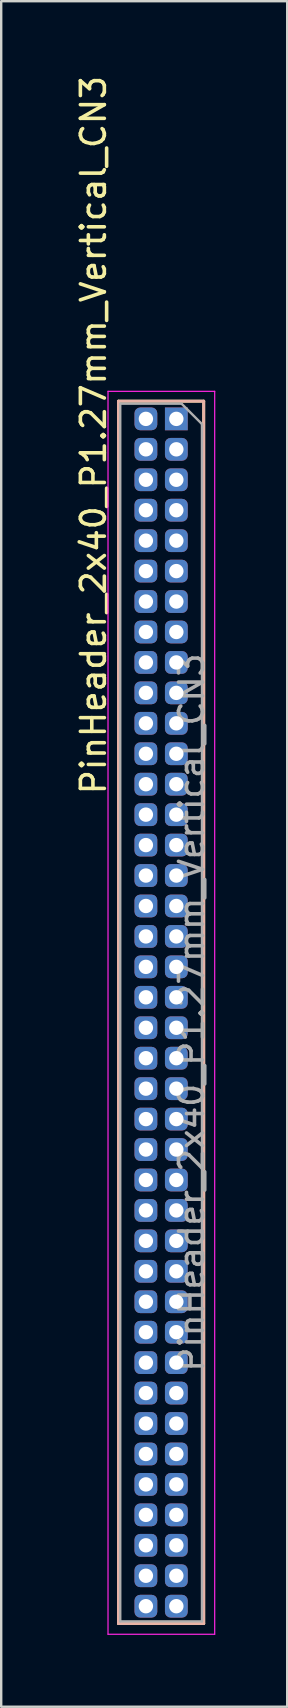
<source format=kicad_pcb>
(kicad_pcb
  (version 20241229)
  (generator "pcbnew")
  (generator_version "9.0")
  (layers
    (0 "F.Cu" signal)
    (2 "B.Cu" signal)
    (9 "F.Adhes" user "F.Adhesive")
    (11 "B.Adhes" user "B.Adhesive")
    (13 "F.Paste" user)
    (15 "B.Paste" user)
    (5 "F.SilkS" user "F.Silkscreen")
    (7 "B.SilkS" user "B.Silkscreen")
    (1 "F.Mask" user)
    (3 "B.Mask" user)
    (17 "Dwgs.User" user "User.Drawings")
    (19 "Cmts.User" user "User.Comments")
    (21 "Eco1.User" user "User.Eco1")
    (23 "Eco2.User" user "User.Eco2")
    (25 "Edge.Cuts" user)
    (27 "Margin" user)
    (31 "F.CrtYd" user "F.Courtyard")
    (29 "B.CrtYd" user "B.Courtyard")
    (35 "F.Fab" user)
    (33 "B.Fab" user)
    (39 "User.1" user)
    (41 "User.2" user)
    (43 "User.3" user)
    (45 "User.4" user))
  (footprint "PinHeader_2x40_P1.27mm_Vertical_CN3"
    (layer "F.Cu")
    (at 1.766 14.424)
    (property "Reference" "PinHeader_2x40_P1.27mm_Vertical_CN3" (at -0.918 0.677 270) (layer "F.SilkS") (effects (font (size 1 1) (thickness 0.15))))
    (attr through_hole exclude_from_pos_files allow_soldermask_bridges)
    (fp_line (start 0.126 -0.738) (end 0.126 50.252) (stroke (width 0.12) (type solid)) (layer "F.SilkS"))
    (fp_line (start 0.126 50.252) (end 3.682 50.252) (stroke (width 0.12) (type solid)) (layer "F.SilkS"))
    (fp_line (start 3.682 -0.738) (end 0.126 -0.738) (stroke (width 0.12) (type solid)) (layer "F.SilkS"))
    (fp_line (start 3.682 50.252) (end 3.682 -0.738) (stroke (width 0.12) (type solid)) (layer "F.SilkS"))
    (fp_line (start 0.126 -0.738) (end 0.126 50.252) (stroke (width 0.12) (type solid)) (layer "B.SilkS"))
    (fp_line (start 0.126 50.252) (end 3.682 50.252) (stroke (width 0.12) (type solid)) (layer "B.SilkS"))
    (fp_line (start 3.682 -0.738) (end 0.126 -0.738) (stroke (width 0.12) (type solid)) (layer "B.SilkS"))
    (fp_line (start 3.682 50.252) (end 3.682 -0.738) (stroke (width 0.12) (type solid)) (layer "B.SilkS"))
    (fp_line (start -0.31 -1.15) (end 4.14 -1.15) (stroke (width 0.05) (type solid)) (layer "F.CrtYd"))
    (fp_line (start -0.31 50.7) (end -0.31 -1.15) (stroke (width 0.05) (type solid)) (layer "F.CrtYd"))
    (fp_line (start 4.14 -1.15) (end 4.14 50.7) (stroke (width 0.05) (type solid)) (layer "F.CrtYd"))
    (fp_line (start 4.14 50.7) (end -0.31 50.7) (stroke (width 0.05) (type solid)) (layer "F.CrtYd"))
    (fp_line (start 0.2 -0.635) (end 0.2 50.165) (stroke (width 0.1) (type solid)) (layer "F.Fab"))
    (fp_line (start 0.2 50.165) (end 3.61 50.165) (stroke (width 0.1) (type solid)) (layer "F.Fab"))
    (fp_line (start 2.757 -0.635) (end 0.2 -0.635) (stroke (width 0.1) (type solid)) (layer "F.Fab"))
    (fp_line (start 3.61 0.217) (end 2.757 -0.635) (stroke (width 0.1) (type solid)) (layer "F.Fab"))
    (fp_line (start 3.61 50.165) (end 3.61 0.217) (stroke (width 0.1) (type solid)) (layer "F.Fab"))
    (fp_text user "${REFERENCE}" (at 3.175 24.765 270) (layer "F.Fab") (effects (font (size 1 1) (thickness 0.15))))
    (pad "1" thru_hole rect (at 2.54 0) (size 0.95 0.95) (drill 0.6) (layers "*.Cu" "*.Mask"))
    (pad "2" thru_hole roundrect (at 1.27 0) (size 0.95 0.95) (drill 0.6) (layers "*.Cu" "*.Mask") (roundrect_rratio 0.25))
    (pad "3" thru_hole roundrect (at 2.54 1.27) (size 0.95 0.95) (drill 0.6) (layers "*.Cu" "*.Mask") (roundrect_rratio 0.25))
    (pad "4" thru_hole roundrect (at 1.27 1.27) (size 0.95 0.95) (drill 0.6) (layers "*.Cu" "*.Mask") (roundrect_rratio 0.25))
    (pad "5" thru_hole roundrect (at 2.54 2.54) (size 0.95 0.95) (drill 0.6) (layers "*.Cu" "*.Mask") (roundrect_rratio 0.25))
    (pad "6" thru_hole roundrect (at 1.27 2.54) (size 0.95 0.95) (drill 0.6) (layers "*.Cu" "*.Mask") (roundrect_rratio 0.25))
    (pad "7" thru_hole roundrect (at 2.54 3.81) (size 0.95 0.95) (drill 0.6) (layers "*.Cu" "*.Mask") (roundrect_rratio 0.25))
    (pad "8" thru_hole roundrect (at 1.27 3.81) (size 0.95 0.95) (drill 0.6) (layers "*.Cu" "*.Mask") (roundrect_rratio 0.25))
    (pad "9" thru_hole roundrect (at 2.54 5.08) (size 0.95 0.95) (drill 0.6) (layers "*.Cu" "*.Mask") (roundrect_rratio 0.25))
    (pad "10" thru_hole roundrect (at 1.27 5.08) (size 0.95 0.95) (drill 0.6) (layers "*.Cu" "*.Mask") (roundrect_rratio 0.25))
    (pad "11" thru_hole roundrect (at 2.54 6.35) (size 0.95 0.95) (drill 0.6) (layers "*.Cu" "*.Mask") (roundrect_rratio 0.25))
    (pad "12" thru_hole roundrect (at 1.27 6.35) (size 0.95 0.95) (drill 0.6) (layers "*.Cu" "*.Mask") (roundrect_rratio 0.25))
    (pad "13" thru_hole roundrect (at 2.54 7.62) (size 0.95 0.95) (drill 0.6) (layers "*.Cu" "*.Mask") (roundrect_rratio 0.25))
    (pad "14" thru_hole roundrect (at 1.27 7.62) (size 0.95 0.95) (drill 0.6) (layers "*.Cu" "*.Mask") (roundrect_rratio 0.25))
    (pad "15" thru_hole roundrect (at 2.54 8.89) (size 0.95 0.95) (drill 0.6) (layers "*.Cu" "*.Mask") (roundrect_rratio 0.25))
    (pad "16" thru_hole roundrect (at 1.27 8.89) (size 0.95 0.95) (drill 0.6) (layers "*.Cu" "*.Mask") (roundrect_rratio 0.25))
    (pad "17" thru_hole roundrect (at 2.54 10.16) (size 0.95 0.95) (drill 0.6) (layers "*.Cu" "*.Mask") (roundrect_rratio 0.25))
    (pad "18" thru_hole roundrect (at 1.27 10.16) (size 0.95 0.95) (drill 0.6) (layers "*.Cu" "*.Mask") (roundrect_rratio 0.25))
    (pad "19" thru_hole roundrect (at 2.54 11.43) (size 0.95 0.95) (drill 0.6) (layers "*.Cu" "*.Mask") (roundrect_rratio 0.25))
    (pad "20" thru_hole roundrect (at 1.27 11.43) (size 0.95 0.95) (drill 0.6) (layers "*.Cu" "*.Mask") (roundrect_rratio 0.25))
    (pad "21" thru_hole roundrect (at 2.54 12.7) (size 0.95 0.95) (drill 0.6) (layers "*.Cu" "*.Mask") (roundrect_rratio 0.25))
    (pad "22" thru_hole roundrect (at 1.27 12.7) (size 0.95 0.95) (drill 0.6) (layers "*.Cu" "*.Mask") (roundrect_rratio 0.25))
    (pad "23" thru_hole roundrect (at 2.54 13.97) (size 0.95 0.95) (drill 0.6) (layers "*.Cu" "*.Mask") (roundrect_rratio 0.25))
    (pad "24" thru_hole roundrect (at 1.27 13.97) (size 0.95 0.95) (drill 0.6) (layers "*.Cu" "*.Mask") (roundrect_rratio 0.25))
    (pad "25" thru_hole roundrect (at 2.54 15.24) (size 0.95 0.95) (drill 0.6) (layers "*.Cu" "*.Mask") (roundrect_rratio 0.25))
    (pad "26" thru_hole roundrect (at 1.27 15.24) (size 0.95 0.95) (drill 0.6) (layers "*.Cu" "*.Mask") (roundrect_rratio 0.25))
    (pad "27" thru_hole roundrect (at 2.54 16.51) (size 0.95 0.95) (drill 0.6) (layers "*.Cu" "*.Mask") (roundrect_rratio 0.25))
    (pad "28" thru_hole roundrect (at 1.27 16.51) (size 0.95 0.95) (drill 0.6) (layers "*.Cu" "*.Mask") (roundrect_rratio 0.25))
    (pad "29" thru_hole roundrect (at 2.54 17.78) (size 0.95 0.95) (drill 0.6) (layers "*.Cu" "*.Mask") (roundrect_rratio 0.25))
    (pad "30" thru_hole roundrect (at 1.27 17.78) (size 0.95 0.95) (drill 0.6) (layers "*.Cu" "*.Mask") (roundrect_rratio 0.25))
    (pad "31" thru_hole roundrect (at 2.54 19.05) (size 0.95 0.95) (drill 0.6) (layers "*.Cu" "*.Mask") (roundrect_rratio 0.25))
    (pad "32" thru_hole roundrect (at 1.27 19.05) (size 0.95 0.95) (drill 0.6) (layers "*.Cu" "*.Mask") (roundrect_rratio 0.25))
    (pad "33" thru_hole roundrect (at 2.54 20.32) (size 0.95 0.95) (drill 0.6) (layers "*.Cu" "*.Mask") (roundrect_rratio 0.25))
    (pad "34" thru_hole roundrect (at 1.27 20.32) (size 0.95 0.95) (drill 0.6) (layers "*.Cu" "*.Mask") (roundrect_rratio 0.25))
    (pad "35" thru_hole roundrect (at 2.54 21.59) (size 0.95 0.95) (drill 0.6) (layers "*.Cu" "*.Mask") (roundrect_rratio 0.25))
    (pad "36" thru_hole roundrect (at 1.27 21.59) (size 0.95 0.95) (drill 0.6) (layers "*.Cu" "*.Mask") (roundrect_rratio 0.25))
    (pad "37" thru_hole roundrect (at 2.54 22.86) (size 0.95 0.95) (drill 0.6) (layers "*.Cu" "*.Mask") (roundrect_rratio 0.25))
    (pad "38" thru_hole roundrect (at 1.27 22.86) (size 0.95 0.95) (drill 0.6) (layers "*.Cu" "*.Mask") (roundrect_rratio 0.25))
    (pad "39" thru_hole roundrect (at 2.54 24.13) (size 0.95 0.95) (drill 0.6) (layers "*.Cu" "*.Mask") (roundrect_rratio 0.25))
    (pad "40" thru_hole roundrect (at 1.27 24.13) (size 0.95 0.95) (drill 0.6) (layers "*.Cu" "*.Mask") (roundrect_rratio 0.25))
    (pad "41" thru_hole roundrect (at 2.54 25.4) (size 0.95 0.95) (drill 0.6) (layers "*.Cu" "*.Mask") (roundrect_rratio 0.25))
    (pad "42" thru_hole roundrect (at 1.27 25.4) (size 0.95 0.95) (drill 0.6) (layers "*.Cu" "*.Mask") (roundrect_rratio 0.25))
    (pad "43" thru_hole roundrect (at 2.54 26.67) (size 0.95 0.95) (drill 0.6) (layers "*.Cu" "*.Mask") (roundrect_rratio 0.25))
    (pad "44" thru_hole roundrect (at 1.27 26.67) (size 0.95 0.95) (drill 0.6) (layers "*.Cu" "*.Mask") (roundrect_rratio 0.25))
    (pad "45" thru_hole roundrect (at 2.54 27.94) (size 0.95 0.95) (drill 0.6) (layers "*.Cu" "*.Mask") (roundrect_rratio 0.25))
    (pad "46" thru_hole roundrect (at 1.27 27.94) (size 0.95 0.95) (drill 0.6) (layers "*.Cu" "*.Mask") (roundrect_rratio 0.25))
    (pad "47" thru_hole roundrect (at 2.54 29.21) (size 0.95 0.95) (drill 0.6) (layers "*.Cu" "*.Mask") (roundrect_rratio 0.25))
    (pad "48" thru_hole roundrect (at 1.27 29.21) (size 0.95 0.95) (drill 0.6) (layers "*.Cu" "*.Mask") (roundrect_rratio 0.25))
    (pad "49" thru_hole roundrect (at 2.54 30.48) (size 0.95 0.95) (drill 0.6) (layers "*.Cu" "*.Mask") (roundrect_rratio 0.25))
    (pad "50" thru_hole roundrect (at 1.27 30.48) (size 0.95 0.95) (drill 0.6) (layers "*.Cu" "*.Mask") (roundrect_rratio 0.25))
    (pad "51" thru_hole roundrect (at 2.54 31.75) (size 0.95 0.95) (drill 0.6) (layers "*.Cu" "*.Mask") (roundrect_rratio 0.25))
    (pad "52" thru_hole roundrect (at 1.27 31.75) (size 0.95 0.95) (drill 0.6) (layers "*.Cu" "*.Mask") (roundrect_rratio 0.25))
    (pad "53" thru_hole roundrect (at 2.54 33.02) (size 0.95 0.95) (drill 0.6) (layers "*.Cu" "*.Mask") (roundrect_rratio 0.25))
    (pad "54" thru_hole roundrect (at 1.27 33.02) (size 0.95 0.95) (drill 0.6) (layers "*.Cu" "*.Mask") (roundrect_rratio 0.25))
    (pad "55" thru_hole roundrect (at 2.54 34.29) (size 0.95 0.95) (drill 0.6) (layers "*.Cu" "*.Mask") (roundrect_rratio 0.25))
    (pad "56" thru_hole roundrect (at 1.27 34.29) (size 0.95 0.95) (drill 0.6) (layers "*.Cu" "*.Mask") (roundrect_rratio 0.25))
    (pad "57" thru_hole roundrect (at 2.54 35.56) (size 0.95 0.95) (drill 0.6) (layers "*.Cu" "*.Mask") (roundrect_rratio 0.25))
    (pad "58" thru_hole roundrect (at 1.27 35.56) (size 0.95 0.95) (drill 0.6) (layers "*.Cu" "*.Mask") (roundrect_rratio 0.25))
    (pad "59" thru_hole roundrect (at 2.54 36.83) (size 0.95 0.95) (drill 0.6) (layers "*.Cu" "*.Mask") (roundrect_rratio 0.25))
    (pad "60" thru_hole roundrect (at 1.27 36.83) (size 0.95 0.95) (drill 0.6) (layers "*.Cu" "*.Mask") (roundrect_rratio 0.25))
    (pad "61" thru_hole roundrect (at 2.54 38.1) (size 0.95 0.95) (drill 0.6) (layers "*.Cu" "*.Mask") (roundrect_rratio 0.25))
    (pad "62" thru_hole roundrect (at 1.27 38.1) (size 0.95 0.95) (drill 0.6) (layers "*.Cu" "*.Mask") (roundrect_rratio 0.25))
    (pad "63" thru_hole roundrect (at 2.54 39.37) (size 0.95 0.95) (drill 0.6) (layers "*.Cu" "*.Mask") (roundrect_rratio 0.25))
    (pad "64" thru_hole roundrect (at 1.27 39.37) (size 0.95 0.95) (drill 0.6) (layers "*.Cu" "*.Mask") (roundrect_rratio 0.25))
    (pad "65" thru_hole roundrect (at 2.54 40.64) (size 0.95 0.95) (drill 0.6) (layers "*.Cu" "*.Mask") (roundrect_rratio 0.25))
    (pad "66" thru_hole roundrect (at 1.27 40.64) (size 0.95 0.95) (drill 0.6) (layers "*.Cu" "*.Mask") (roundrect_rratio 0.25))
    (pad "67" thru_hole roundrect (at 2.54 41.91) (size 0.95 0.95) (drill 0.6) (layers "*.Cu" "*.Mask") (roundrect_rratio 0.25))
    (pad "68" thru_hole roundrect (at 1.27 41.91) (size 0.95 0.95) (drill 0.6) (layers "*.Cu" "*.Mask") (roundrect_rratio 0.25))
    (pad "69" thru_hole roundrect (at 2.54 43.18) (size 0.95 0.95) (drill 0.6) (layers "*.Cu" "*.Mask") (roundrect_rratio 0.25))
    (pad "70" thru_hole roundrect (at 1.27 43.18) (size 0.95 0.95) (drill 0.6) (layers "*.Cu" "*.Mask") (roundrect_rratio 0.25))
    (pad "71" thru_hole roundrect (at 2.54 44.45) (size 0.95 0.95) (drill 0.6) (layers "*.Cu" "*.Mask") (roundrect_rratio 0.25))
    (pad "72" thru_hole roundrect (at 1.27 44.45) (size 0.95 0.95) (drill 0.6) (layers "*.Cu" "*.Mask") (roundrect_rratio 0.25))
    (pad "73" thru_hole roundrect (at 2.54 45.72) (size 0.95 0.95) (drill 0.6) (layers "*.Cu" "*.Mask") (roundrect_rratio 0.25))
    (pad "74" thru_hole roundrect (at 1.27 45.72) (size 0.95 0.95) (drill 0.6) (layers "*.Cu" "*.Mask") (roundrect_rratio 0.25))
    (pad "75" thru_hole roundrect (at 2.54 46.99) (size 0.95 0.95) (drill 0.6) (layers "*.Cu" "*.Mask") (roundrect_rratio 0.25))
    (pad "76" thru_hole roundrect (at 1.27 46.99) (size 0.95 0.95) (drill 0.6) (layers "*.Cu" "*.Mask") (roundrect_rratio 0.25))
    (pad "77" thru_hole roundrect (at 2.54 48.26) (size 0.95 0.95) (drill 0.6) (layers "*.Cu" "*.Mask") (roundrect_rratio 0.25))
    (pad "78" thru_hole roundrect (at 1.27 48.26) (size 0.95 0.95) (drill 0.6) (layers "*.Cu" "*.Mask") (roundrect_rratio 0.25))
    (pad "79" thru_hole roundrect (at 2.54 49.53) (size 0.95 0.95) (drill 0.6) (layers "*.Cu" "*.Mask") (roundrect_rratio 0.25))
    (pad "80" thru_hole roundrect (at 1.27 49.53) (size 0.95 0.95) (drill 0.6) (layers "*.Cu" "*.Mask") (roundrect_rratio 0.25)))
  (gr_rect
    (start -3 -3)
    (end 8.931 68.149)
    (stroke (width 0.1) (type default))
    (fill no)
    (layer "Edge.Cuts")))
</source>
